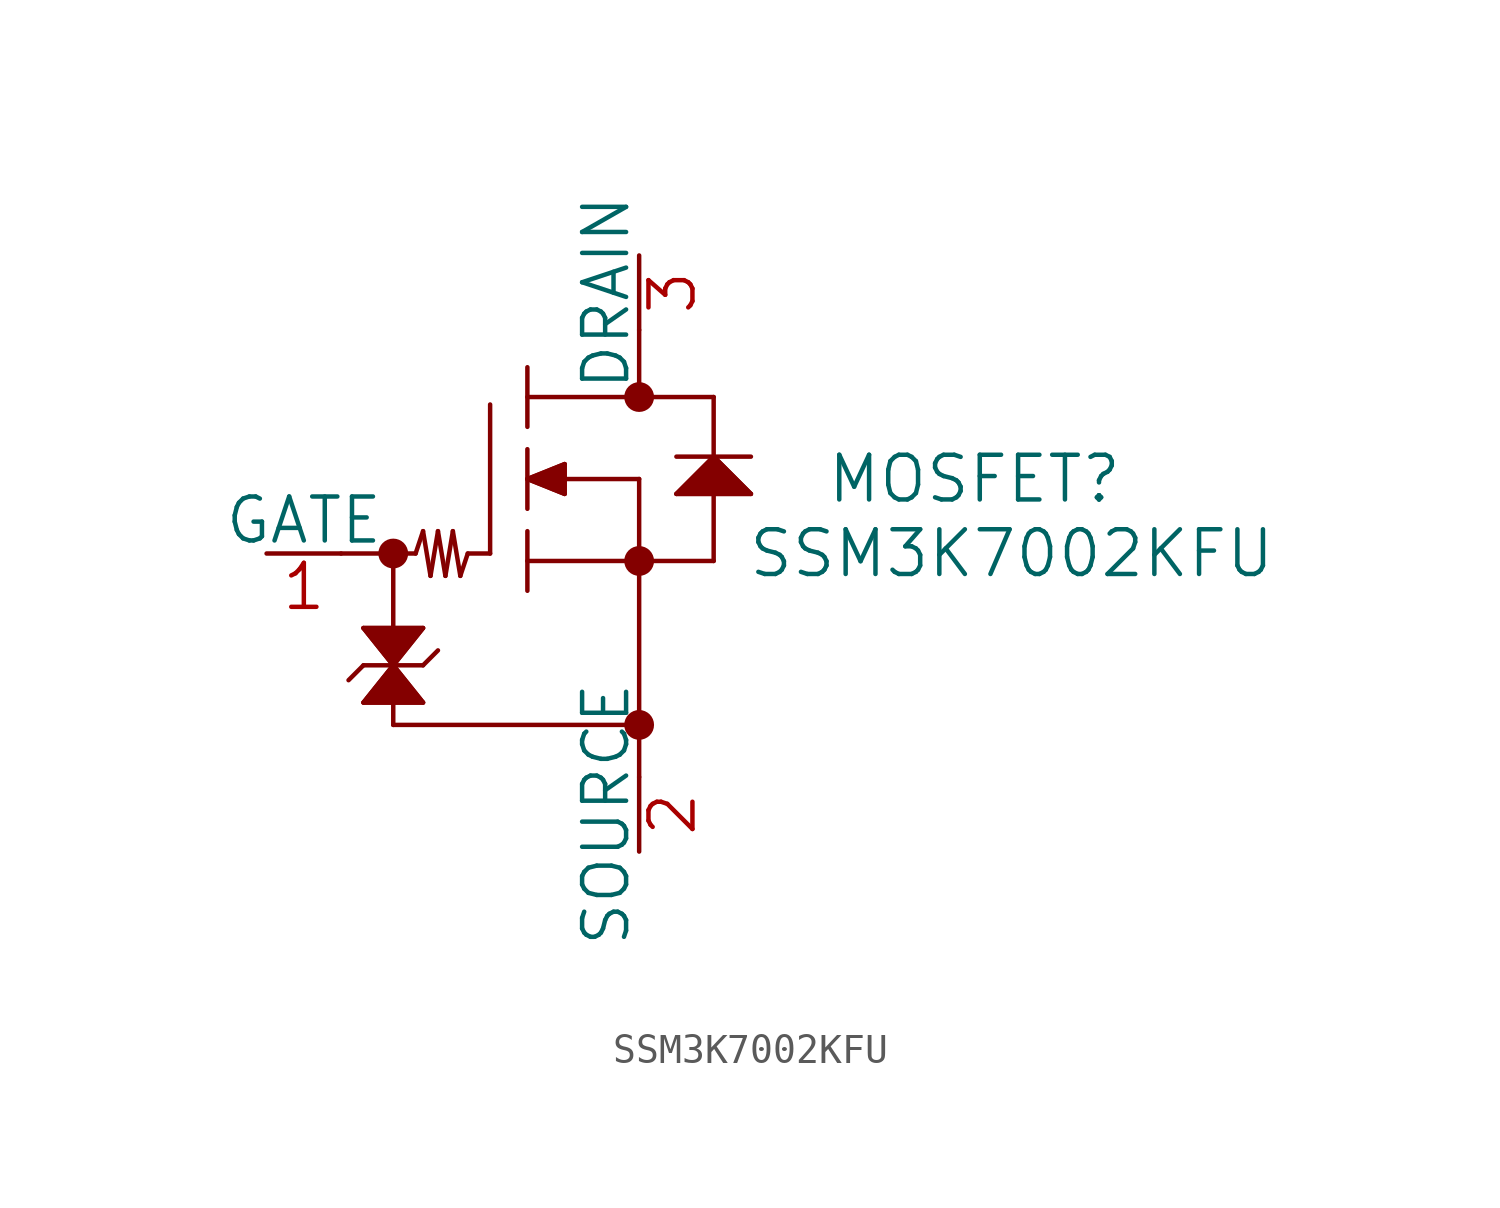
<source format=kicad_sym>
(kicad_symbol_lib
  (version 20220328)
  (generator kicad_symbol_editor)
  (symbol "SSM3K7002KFU"
    (pin_names
      (offset 0))
    (property "Reference" "MOSFET"
      (at 12.7 2.54 0)
      (effects (font (size 1.524 1.524))))
    (property "Value" "SSM3K7002KFU"
      (at 13.97 0 0)
      (effects (font (size 1.524 1.524))))
    (symbol "SSM3K7002KFU_1_1"
      (circle (center -7.112 0) (radius 0.254) (stroke (width 0.508) (type solid)) (fill (type none)))
      (polyline (pts (xy -8.89 0) (xy -6.35 0)) (stroke (width 0.152) (type solid)) (fill (type none)))
      (polyline (pts (xy -8.128 -5.08) (xy -6.096 -5.08)) (stroke (width 0.152) (type solid)) (fill (type none)))
      (polyline (pts (xy -8.128 -3.81) (xy -8.636 -4.318)) (stroke (width 0.152) (type solid)) (fill (type none)))
      (polyline (pts (xy -8.128 -3.81) (xy -6.096 -3.81)) (stroke (width 0.152) (type solid)) (fill (type none)))
      (polyline (pts (xy -8.128 -2.54) (xy -7.112 -3.81)) (stroke (width 0.152) (type solid)) (fill (type none)))
      (polyline (pts (xy -7.112 -5.842) (xy 1.27 -5.842)) (stroke (width 0.152) (type solid)) (fill (type none)))
      (polyline (pts (xy -7.112 -5.08) (xy -7.112 -5.842)) (stroke (width 0.152) (type solid)) (fill (type none)))
      (polyline (pts (xy -7.112 -3.81) (xy -8.128 -5.08)) (stroke (width 0.152) (type solid)) (fill (type none)))
      (polyline (pts (xy -7.112 -3.81) (xy -6.096 -2.54)) (stroke (width 0.152) (type solid)) (fill (type none)))
      (polyline (pts (xy -7.112 0) (xy -7.112 -2.54)) (stroke (width 0.152) (type solid)) (fill (type none)))
      (polyline (pts (xy -6.096 -5.08) (xy -7.112 -3.81)) (stroke (width 0.152) (type solid)) (fill (type none)))
      (polyline (pts (xy -6.096 -3.81) (xy -5.588 -3.302)) (stroke (width 0.152) (type solid)) (fill (type none)))
      (polyline (pts (xy -6.096 -2.54) (xy -8.128 -2.54)) (stroke (width 0.152) (type solid)) (fill (type none)))
      (polyline (pts (xy -6.096 0.762) (xy -6.35 0)) (stroke (width 0.152) (type solid)) (fill (type none)))
      (polyline (pts (xy -5.842 -0.762) (xy -6.096 0.762)) (stroke (width 0.152) (type solid)) (fill (type none)))
      (polyline (pts (xy -5.588 0.762) (xy -5.842 -0.762)) (stroke (width 0.152) (type solid)) (fill (type none)))
      (polyline (pts (xy -5.334 -0.762) (xy -5.588 0.762)) (stroke (width 0.152) (type solid)) (fill (type none)))
      (polyline (pts (xy -5.08 0.762) (xy -5.334 -0.762)) (stroke (width 0.152) (type solid)) (fill (type none)))
      (polyline (pts (xy -4.826 -0.762) (xy -5.08 0.762)) (stroke (width 0.152) (type solid)) (fill (type none)))
      (polyline (pts (xy -4.572 0) (xy -4.826 -0.762)) (stroke (width 0.152) (type solid)) (fill (type none)))
      (polyline (pts (xy -3.81 0) (xy -4.572 0)) (stroke (width 0.152) (type solid)) (fill (type none)))
      (polyline (pts (xy -3.81 0) (xy -3.81 5.08)) (stroke (width 0.152) (type solid)) (fill (type none)))
      (polyline (pts (xy -2.54 -1.27) (xy -2.54 0.762)) (stroke (width 0.152) (type solid)) (fill (type none)))
      (polyline (pts (xy -2.54 -0.254) (xy 3.81 -0.254)) (stroke (width 0.152) (type solid)) (fill (type none)))
      (polyline (pts (xy -2.54 1.524) (xy -2.54 3.556)) (stroke (width 0.152) (type solid)) (fill (type none)))
      (polyline (pts (xy -2.54 2.54) (xy -1.27 3.048)) (stroke (width 0.152) (type solid)) (fill (type none)))
      (polyline (pts (xy -2.54 4.318) (xy -2.54 6.35)) (stroke (width 0.152) (type solid)) (fill (type none)))
      (polyline (pts (xy -1.27 2.032) (xy -2.54 2.54)) (stroke (width 0.152) (type solid)) (fill (type none)))
      (polyline (pts (xy -1.27 2.54) (xy 1.27 2.54)) (stroke (width 0.152) (type solid)) (fill (type none)))
      (polyline (pts (xy -1.27 3.048) (xy -1.27 2.032)) (stroke (width 0.152) (type solid)) (fill (type none)))
      (polyline (pts (xy 1.27 2.54) (xy 1.27 -7.62)) (stroke (width 0.152) (type solid)) (fill (type none)))
      (polyline (pts (xy 1.27 7.62) (xy 1.27 5.334)) (stroke (width 0.152) (type solid)) (fill (type none)))
      (polyline (pts (xy 2.54 2.032) (xy 5.08 2.032)) (stroke (width 0.152) (type solid)) (fill (type none)))
      (polyline (pts (xy 2.54 3.302) (xy 5.08 3.302)) (stroke (width 0.152) (type solid)) (fill (type none)))
      (polyline (pts (xy 3.81 -0.254) (xy 3.81 2.032)) (stroke (width 0.152) (type solid)) (fill (type none)))
      (polyline (pts (xy 3.81 3.302) (xy 2.54 2.032)) (stroke (width 0.152) (type solid)) (fill (type none)))
      (polyline (pts (xy 3.81 3.302) (xy 3.81 5.334)) (stroke (width 0.152) (type solid)) (fill (type none)))
      (polyline (pts (xy 3.81 5.334) (xy -2.54 5.334)) (stroke (width 0.152) (type solid)) (fill (type none)))
      (polyline (pts (xy 5.08 2.032) (xy 3.81 3.302)) (stroke (width 0.152) (type solid)) (fill (type none)))
      (polyline (pts (xy -1.27 3.048) (xy -2.54 2.54) (xy -1.27 2.032) (xy -1.27 3.048)) (stroke (width 0) (type solid)) (fill (type outline)))
      (polyline (pts (xy 3.81 3.302) (xy 2.54 2.032) (xy 5.08 2.032) (xy 3.81 3.302)) (stroke (width 0) (type solid)) (fill (type outline)))
      (polyline (pts (xy -8.128 -2.54) (xy -7.112 -3.81) (xy -8.128 -5.08) (xy -6.096 -5.08) (xy -7.112 -3.81) (xy -6.096 -2.54) (xy -8.128 -2.54)) (stroke (width 0) (type solid)) (fill (type outline)))
      (circle (center 1.27 -5.842) (radius 0.254) (stroke (width 0.508) (type solid)) (fill (type none)))
      (circle (center 1.27 -0.254) (radius 0.254) (stroke (width 0.508) (type solid)) (fill (type none)))
      (circle (center 1.27 5.334) (radius 0.254) (stroke (width 0.508) (type solid)) (fill (type none)))
      (pin unspecified line (at -11.43 0 0) (length 2.54) (name "GATE" (effects (font (size 1.499 1.499)))) (number "1" (effects (font (size 1.499 1.499)))))
      (pin unspecified line (at 1.27 -10.16 90) (length 2.54) (name "SOURCE" (effects (font (size 1.499 1.499)))) (number "2" (effects (font (size 1.499 1.499)))))
      (pin unspecified line (at 1.27 10.16 270) (length 2.54) (name "DRAIN" (effects (font (size 1.499 1.499)))) (number "3" (effects (font (size 1.499 1.499))))))))
</source>
